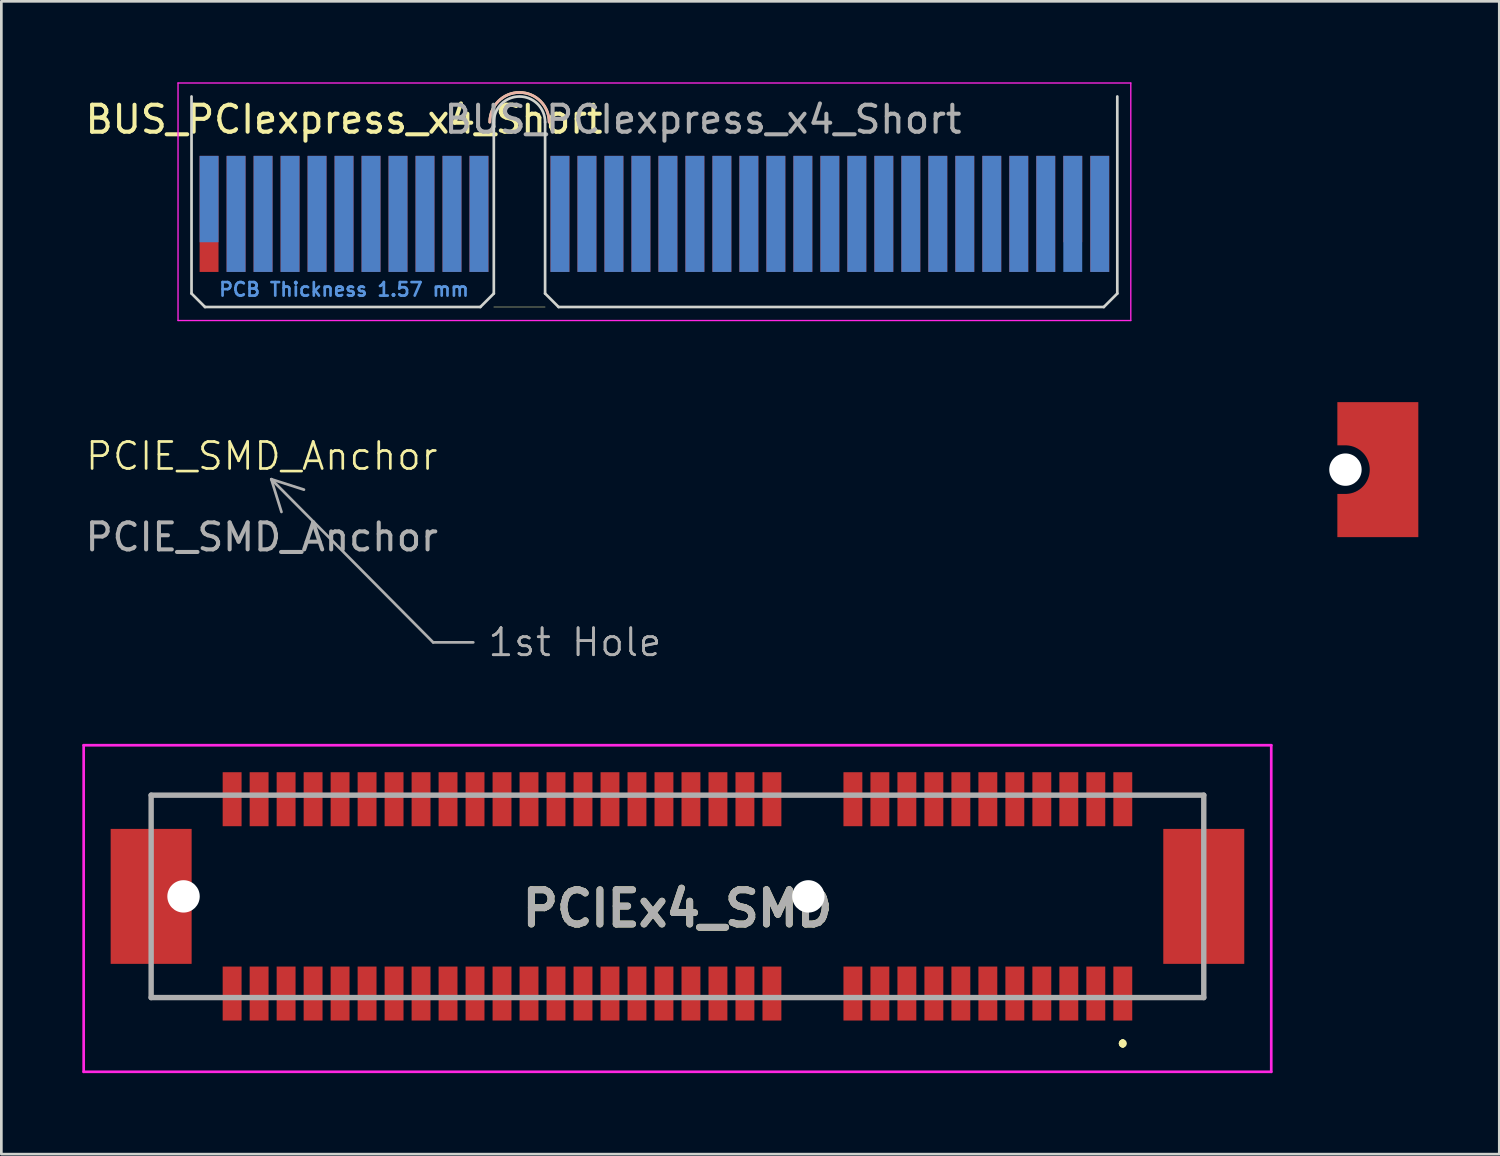
<source format=kicad_pcb>
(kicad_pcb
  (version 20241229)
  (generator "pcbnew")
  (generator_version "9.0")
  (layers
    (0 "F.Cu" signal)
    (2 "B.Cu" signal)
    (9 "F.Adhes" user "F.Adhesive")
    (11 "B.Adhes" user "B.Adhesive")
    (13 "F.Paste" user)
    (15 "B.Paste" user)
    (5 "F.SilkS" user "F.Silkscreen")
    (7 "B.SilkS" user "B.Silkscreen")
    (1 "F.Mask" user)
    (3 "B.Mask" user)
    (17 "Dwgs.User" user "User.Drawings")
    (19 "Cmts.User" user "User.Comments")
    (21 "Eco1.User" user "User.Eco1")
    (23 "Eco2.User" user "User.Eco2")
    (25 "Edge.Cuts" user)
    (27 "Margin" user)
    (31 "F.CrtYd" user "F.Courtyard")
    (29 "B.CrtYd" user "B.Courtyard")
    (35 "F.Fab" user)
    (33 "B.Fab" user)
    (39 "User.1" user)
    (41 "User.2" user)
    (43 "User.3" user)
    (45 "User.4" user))
  (footprint "PCIE_SMD_Anchor"
    (layer "F.Cu")
    (at 6.649 14.35)
    (property "Reference" "PCIE_SMD_Anchor" (at 0 -0.5 0) (unlocked yes) (layer "F.SilkS") (effects (font (size 1 1) (thickness 0.1))))
    (attr smd)
    (fp_text user "${REFERENCE}" (at 0 2.5 0) (unlocked yes) (layer "F.Fab") (effects (font (size 1 1) (thickness 0.15))))
    (dimension (type leader) (layer "F.Fab") (pts (xy 6.649 14.35) (xy 12.999 20.75)) (format (prefix "") (suffix "") (units 0) (units_format 0) (precision 4) (override_value "1st Hole")) (style (thickness 0.1) (arrow_length 1.27) (text_position_mode 0) (text_frame 0) (extension_offset 0.5)) (gr_text "1st Hole" (at 18.249 20.75 0) (layer "F.Fab") (effects (font (size 1 1) (thickness 0.1)))))
    (pad "" np_thru_hole circle (at 40.15 0) (size 1.2 1.2) (drill 1.2) (layers "*.Cu" "*.Mask"))
    (pad "MP3" smd custom (at 41.95 0 180) (size 1.8 5) (layers "F.Cu" "F.Mask" "F.Paste") (options (anchor rect)) (primitives (gr_poly (pts (arc (start 1.8 -0.9) (mid 0.9 0) (end 1.8 0.9)) (xy 0.8 0.9) (xy 0.8 -0.9)) (width 0) (fill yes)) (gr_poly (pts (xy 2.1 -2.5) (xy -0.9 -2.5) (xy -0.9 2.5) (xy 2.1 2.5) (xy 2.1 0.9) (xy 0.9 0.9) (xy 0.9 -0.9) (xy 2.1 -0.9)) (width 0) (fill yes)))))
  (footprint "PCIEx4_SMD"
    (layer "F.Cu")
    (at 22.05 30.161)
    (property "Reference" "PCIEx4_SMD" (at 0 0.45 0) (layer "F.SilkS") (effects (font (size 1.27 1.27) (thickness 0.254))))
    (attr through_hole)
    (fp_line (start -19.5 -3.75) (end -19.5 -3.75) (stroke (width 0.1) (type solid)) (layer "F.SilkS"))
    (fp_line (start -19.5 -3.75) (end -19.5 -3.75) (stroke (width 0.1) (type solid)) (layer "F.SilkS"))
    (fp_line (start -19.5 -3.75) (end -19.5 -3) (stroke (width 0.1) (type solid)) (layer "F.SilkS"))
    (fp_line (start -19.5 -3.75) (end -17.5 -3.75) (stroke (width 0.1) (type solid)) (layer "F.SilkS"))
    (fp_line (start -19.5 -3) (end -19.5 -3.75) (stroke (width 0.1) (type solid)) (layer "F.SilkS"))
    (fp_line (start -19.5 -3) (end -19.5 -3) (stroke (width 0.1) (type solid)) (layer "F.SilkS"))
    (fp_line (start -19.5 3) (end -19.5 3) (stroke (width 0.1) (type solid)) (layer "F.SilkS"))
    (fp_line (start -19.5 3) (end -19.5 3.75) (stroke (width 0.1) (type solid)) (layer "F.SilkS"))
    (fp_line (start -19.5 3.75) (end -19.5 3) (stroke (width 0.1) (type solid)) (layer "F.SilkS"))
    (fp_line (start -19.5 3.75) (end -19.5 3.75) (stroke (width 0.1) (type solid)) (layer "F.SilkS"))
    (fp_line (start -19.5 3.75) (end -19.5 3.75) (stroke (width 0.1) (type solid)) (layer "F.SilkS"))
    (fp_line (start -19.5 3.75) (end -17.5 3.75) (stroke (width 0.1) (type solid)) (layer "F.SilkS"))
    (fp_line (start -17.5 -3.75) (end -19.5 -3.75) (stroke (width 0.1) (type solid)) (layer "F.SilkS"))
    (fp_line (start -17.5 -3.75) (end -17.5 -3.75) (stroke (width 0.1) (type solid)) (layer "F.SilkS"))
    (fp_line (start -17.5 3.75) (end -19.5 3.75) (stroke (width 0.1) (type solid)) (layer "F.SilkS"))
    (fp_line (start -17.5 3.75) (end -17.5 3.75) (stroke (width 0.1) (type solid)) (layer "F.SilkS"))
    (fp_line (start 4.5 3.75) (end 4.5 3.75) (stroke (width 0.1) (type solid)) (layer "F.SilkS"))
    (fp_line (start 4.5 3.75) (end 5.5 3.75) (stroke (width 0.1) (type solid)) (layer "F.SilkS"))
    (fp_line (start 5.5 3.75) (end 4.5 3.75) (stroke (width 0.1) (type solid)) (layer "F.SilkS"))
    (fp_line (start 5.5 3.75) (end 5.5 3.75) (stroke (width 0.1) (type solid)) (layer "F.SilkS"))
    (fp_line (start 16.5 5.4) (end 16.5 5.4) (stroke (width 0.2) (type solid)) (layer "F.SilkS"))
    (fp_line (start 16.5 5.4) (end 16.5 5.4) (stroke (width 0.2) (type solid)) (layer "F.SilkS"))
    (fp_line (start 16.5 5.5) (end 16.5 5.5) (stroke (width 0.2) (type solid)) (layer "F.SilkS"))
    (fp_line (start 17.5 -3.75) (end 17.5 -3.75) (stroke (width 0.1) (type solid)) (layer "F.SilkS"))
    (fp_line (start 17.5 -3.75) (end 19.5 -3.75) (stroke (width 0.1) (type solid)) (layer "F.SilkS"))
    (fp_line (start 17.5 3.75) (end 17.5 3.75) (stroke (width 0.1) (type solid)) (layer "F.SilkS"))
    (fp_line (start 17.5 3.75) (end 19.5 3.75) (stroke (width 0.1) (type solid)) (layer "F.SilkS"))
    (fp_line (start 19.5 -3.75) (end 17.5 -3.75) (stroke (width 0.1) (type solid)) (layer "F.SilkS"))
    (fp_line (start 19.5 -3.75) (end 19.5 -3.75) (stroke (width 0.1) (type solid)) (layer "F.SilkS"))
    (fp_line (start 19.5 -3.75) (end 19.5 -3.75) (stroke (width 0.1) (type solid)) (layer "F.SilkS"))
    (fp_line (start 19.5 -3.75) (end 19.5 -3) (stroke (width 0.1) (type solid)) (layer "F.SilkS"))
    (fp_line (start 19.5 -3) (end 19.5 -3.75) (stroke (width 0.1) (type solid)) (layer "F.SilkS"))
    (fp_line (start 19.5 -3) (end 19.5 -3) (stroke (width 0.1) (type solid)) (layer "F.SilkS"))
    (fp_line (start 19.5 3) (end 19.5 3) (stroke (width 0.1) (type solid)) (layer "F.SilkS"))
    (fp_line (start 19.5 3) (end 19.5 3.75) (stroke (width 0.1) (type solid)) (layer "F.SilkS"))
    (fp_line (start 19.5 3.75) (end 17.5 3.75) (stroke (width 0.1) (type solid)) (layer "F.SilkS"))
    (fp_line (start 19.5 3.75) (end 19.5 3) (stroke (width 0.1) (type solid)) (layer "F.SilkS"))
    (fp_line (start 19.5 3.75) (end 19.5 3.75) (stroke (width 0.1) (type solid)) (layer "F.SilkS"))
    (fp_line (start 19.5 3.75) (end 19.5 3.75) (stroke (width 0.1) (type solid)) (layer "F.SilkS"))
    (fp_arc (start 16.5 5.4) (mid 16.55 5.45) (end 16.5 5.5) (stroke (width 0.2) (type solid)) (layer "F.SilkS"))
    (fp_arc (start 16.5 5.5) (mid 16.45 5.45) (end 16.5 5.4) (stroke (width 0.2) (type solid)) (layer "F.SilkS"))
    (fp_arc (start 16.5 5.5) (mid 16.45 5.45) (end 16.5 5.4) (stroke (width 0.2) (type solid)) (layer "F.SilkS"))
    (fp_line (start -22 -5.6) (end 22 -5.6) (stroke (width 0.1) (type solid)) (layer "F.CrtYd"))
    (fp_line (start -22 6.5) (end -22 -5.6) (stroke (width 0.1) (type solid)) (layer "F.CrtYd"))
    (fp_line (start 22 -5.6) (end 22 6.5) (stroke (width 0.1) (type solid)) (layer "F.CrtYd"))
    (fp_line (start 22 6.5) (end -22 6.5) (stroke (width 0.1) (type solid)) (layer "F.CrtYd"))
    (fp_line (start -19.5 -3.75) (end -19.5 3.75) (stroke (width 0.2) (type solid)) (layer "F.Fab"))
    (fp_line (start -19.5 3.75) (end 19.5 3.75) (stroke (width 0.2) (type solid)) (layer "F.Fab"))
    (fp_line (start 19.5 -3.75) (end -19.5 -3.75) (stroke (width 0.2) (type solid)) (layer "F.Fab"))
    (fp_line (start 19.5 3.75) (end 19.5 -3.75) (stroke (width 0.2) (type solid)) (layer "F.Fab"))
    (fp_text user "${REFERENCE}" (at 0 0.45 0) (layer "F.Fab") (effects (font (size 1.27 1.27) (thickness 0.254))))
    (pad "" np_thru_hole circle (at -18.3 0) (size 1.2 1.2) (drill 1.2) (layers "*.Cu" "*.Mask"))
    (pad "" np_thru_hole circle (at 4.85 0) (size 1.2 1.2) (drill 1.2) (layers "*.Cu" "*.Mask"))
    (pad "A1" smd rect (at 16.5 3.6) (size 0.7 2) (layers "F.Cu" "F.Mask" "F.Paste"))
    (pad "A2" smd rect (at 15.5 3.6) (size 0.7 2) (layers "F.Cu" "F.Mask" "F.Paste"))
    (pad "A3" smd rect (at 14.5 3.6) (size 0.7 2) (layers "F.Cu" "F.Mask" "F.Paste"))
    (pad "A4" smd rect (at 13.5 3.6) (size 0.7 2) (layers "F.Cu" "F.Mask" "F.Paste"))
    (pad "A5" smd rect (at 12.5 3.6) (size 0.7 2) (layers "F.Cu" "F.Mask" "F.Paste"))
    (pad "A6" smd rect (at 11.5 3.6) (size 0.7 2) (layers "F.Cu" "F.Mask" "F.Paste"))
    (pad "A7" smd rect (at 10.5 3.6) (size 0.7 2) (layers "F.Cu" "F.Mask" "F.Paste"))
    (pad "A8" smd rect (at 9.5 3.6) (size 0.7 2) (layers "F.Cu" "F.Mask" "F.Paste"))
    (pad "A9" smd rect (at 8.5 3.6) (size 0.7 2) (layers "F.Cu" "F.Mask" "F.Paste"))
    (pad "A10" smd rect (at 7.5 3.6) (size 0.7 2) (layers "F.Cu" "F.Mask" "F.Paste"))
    (pad "A11" smd rect (at 6.5 3.6) (size 0.7 2) (layers "F.Cu" "F.Mask" "F.Paste"))
    (pad "A12" smd rect (at 3.5 3.6) (size 0.7 2) (layers "F.Cu" "F.Mask" "F.Paste"))
    (pad "A13" smd rect (at 2.5 3.6) (size 0.7 2) (layers "F.Cu" "F.Mask" "F.Paste"))
    (pad "A14" smd rect (at 1.5 3.6) (size 0.7 2) (layers "F.Cu" "F.Mask" "F.Paste"))
    (pad "A15" smd rect (at 0.5 3.6) (size 0.7 2) (layers "F.Cu" "F.Mask" "F.Paste"))
    (pad "A16" smd rect (at -0.5 3.6) (size 0.7 2) (layers "F.Cu" "F.Mask" "F.Paste"))
    (pad "A17" smd rect (at -1.5 3.6) (size 0.7 2) (layers "F.Cu" "F.Mask" "F.Paste"))
    (pad "A18" smd rect (at -2.5 3.6) (size 0.7 2) (layers "F.Cu" "F.Mask" "F.Paste"))
    (pad "A19" smd rect (at -3.5 3.6) (size 0.7 2) (layers "F.Cu" "F.Mask" "F.Paste"))
    (pad "A20" smd rect (at -4.5 3.6) (size 0.7 2) (layers "F.Cu" "F.Mask" "F.Paste"))
    (pad "A21" smd rect (at -5.5 3.6) (size 0.7 2) (layers "F.Cu" "F.Mask" "F.Paste"))
    (pad "A22" smd rect (at -6.5 3.6) (size 0.7 2) (layers "F.Cu" "F.Mask" "F.Paste"))
    (pad "A23" smd rect (at -7.5 3.6) (size 0.7 2) (layers "F.Cu" "F.Mask" "F.Paste"))
    (pad "A24" smd rect (at -8.5 3.6) (size 0.7 2) (layers "F.Cu" "F.Mask" "F.Paste"))
    (pad "A25" smd rect (at -9.5 3.6) (size 0.7 2) (layers "F.Cu" "F.Mask" "F.Paste"))
    (pad "A26" smd rect (at -10.5 3.6) (size 0.7 2) (layers "F.Cu" "F.Mask" "F.Paste"))
    (pad "A27" smd rect (at -11.5 3.6) (size 0.7 2) (layers "F.Cu" "F.Mask" "F.Paste"))
    (pad "A28" smd rect (at -12.5 3.6) (size 0.7 2) (layers "F.Cu" "F.Mask" "F.Paste"))
    (pad "A29" smd rect (at -13.5 3.6) (size 0.7 2) (layers "F.Cu" "F.Mask" "F.Paste"))
    (pad "A30" smd rect (at -14.5 3.6) (size 0.7 2) (layers "F.Cu" "F.Mask" "F.Paste"))
    (pad "A31" smd rect (at -15.5 3.6) (size 0.7 2) (layers "F.Cu" "F.Mask" "F.Paste"))
    (pad "A32" smd rect (at -16.5 3.6) (size 0.7 2) (layers "F.Cu" "F.Mask" "F.Paste"))
    (pad "B1" smd rect (at 16.5 -3.6) (size 0.7 2) (layers "F.Cu" "F.Mask" "F.Paste"))
    (pad "B2" smd rect (at 15.5 -3.6) (size 0.7 2) (layers "F.Cu" "F.Mask" "F.Paste"))
    (pad "B3" smd rect (at 14.5 -3.6) (size 0.7 2) (layers "F.Cu" "F.Mask" "F.Paste"))
    (pad "B4" smd rect (at 13.5 -3.6) (size 0.7 2) (layers "F.Cu" "F.Mask" "F.Paste"))
    (pad "B5" smd rect (at 12.5 -3.6) (size 0.7 2) (layers "F.Cu" "F.Mask" "F.Paste"))
    (pad "B6" smd rect (at 11.5 -3.6) (size 0.7 2) (layers "F.Cu" "F.Mask" "F.Paste"))
    (pad "B7" smd rect (at 10.5 -3.6) (size 0.7 2) (layers "F.Cu" "F.Mask" "F.Paste"))
    (pad "B8" smd rect (at 9.5 -3.6) (size 0.7 2) (layers "F.Cu" "F.Mask" "F.Paste"))
    (pad "B9" smd rect (at 8.5 -3.6) (size 0.7 2) (layers "F.Cu" "F.Mask" "F.Paste"))
    (pad "B10" smd rect (at 7.5 -3.6) (size 0.7 2) (layers "F.Cu" "F.Mask" "F.Paste"))
    (pad "B11" smd rect (at 6.5 -3.6) (size 0.7 2) (layers "F.Cu" "F.Mask" "F.Paste"))
    (pad "B12" smd rect (at 3.5 -3.6) (size 0.7 2) (layers "F.Cu" "F.Mask" "F.Paste"))
    (pad "B13" smd rect (at 2.5 -3.6) (size 0.7 2) (layers "F.Cu" "F.Mask" "F.Paste"))
    (pad "B14" smd rect (at 1.5 -3.6) (size 0.7 2) (layers "F.Cu" "F.Mask" "F.Paste"))
    (pad "B15" smd rect (at 0.5 -3.6) (size 0.7 2) (layers "F.Cu" "F.Mask" "F.Paste"))
    (pad "B16" smd rect (at -0.5 -3.6) (size 0.7 2) (layers "F.Cu" "F.Mask" "F.Paste"))
    (pad "B17" smd rect (at -1.5 -3.6) (size 0.7 2) (layers "F.Cu" "F.Mask" "F.Paste"))
    (pad "B18" smd rect (at -2.5 -3.6) (size 0.7 2) (layers "F.Cu" "F.Mask" "F.Paste"))
    (pad "B19" smd rect (at -3.5 -3.6) (size 0.7 2) (layers "F.Cu" "F.Mask" "F.Paste"))
    (pad "B20" smd rect (at -4.5 -3.6) (size 0.7 2) (layers "F.Cu" "F.Mask" "F.Paste"))
    (pad "B21" smd rect (at -5.5 -3.6) (size 0.7 2) (layers "F.Cu" "F.Mask" "F.Paste"))
    (pad "B22" smd rect (at -6.5 -3.6) (size 0.7 2) (layers "F.Cu" "F.Mask" "F.Paste"))
    (pad "B23" smd rect (at -7.5 -3.6) (size 0.7 2) (layers "F.Cu" "F.Mask" "F.Paste"))
    (pad "B24" smd rect (at -8.5 -3.6) (size 0.7 2) (layers "F.Cu" "F.Mask" "F.Paste"))
    (pad "B25" smd rect (at -9.5 -3.6) (size 0.7 2) (layers "F.Cu" "F.Mask" "F.Paste"))
    (pad "B26" smd rect (at -10.5 -3.6) (size 0.7 2) (layers "F.Cu" "F.Mask" "F.Paste"))
    (pad "B27" smd rect (at -11.5 -3.6) (size 0.7 2) (layers "F.Cu" "F.Mask" "F.Paste"))
    (pad "B28" smd rect (at -12.5 -3.6) (size 0.7 2) (layers "F.Cu" "F.Mask" "F.Paste"))
    (pad "B29" smd rect (at -13.5 -3.6) (size 0.7 2) (layers "F.Cu" "F.Mask" "F.Paste"))
    (pad "B30" smd rect (at -14.5 -3.6) (size 0.7 2) (layers "F.Cu" "F.Mask" "F.Paste"))
    (pad "B31" smd rect (at -15.5 -3.6) (size 0.7 2) (layers "F.Cu" "F.Mask" "F.Paste"))
    (pad "B32" smd rect (at -16.5 -3.6) (size 0.7 2) (layers "F.Cu" "F.Mask" "F.Paste"))
    (pad "MP1" smd rect (at 19.5 0) (size 3 5) (layers "F.Cu" "F.Mask" "F.Paste"))
    (pad "MP2" smd rect (at -19.5 0) (size 3 5) (layers "F.Cu" "F.Mask" "F.Paste")))
  (footprint "BUS_PCIexpress_x4_Short"
    (layer "F.Cu")
    (at 4.696 4.875)
    (property "Reference" "BUS_PCIexpress_x4_Short" (at 5 -3.5 0) (layer "F.SilkS") (effects (font (size 1 1) (thickness 0.15))))
    (attr exclude_from_pos_files exclude_from_bom)
    (fp_line (start 10.55 3.45) (end 12.45 3.45) (stroke (width 0.02) (type default)) (layer "F.SilkS"))
    (fp_arc (start 10.4 -3.4) (mid 11.5 -4.5) (end 12.6 -3.4) (stroke (width 0.1) (type default)) (layer "F.SilkS"))
    (fp_arc (start 10.4 -3.4) (mid 11.5 -4.5) (end 12.6 -3.4) (stroke (width 0.1) (type default)) (layer "B.SilkS"))
    (fp_line (start -0.65 -4.35) (end -0.65 2.95) (stroke (width 0.1) (type solid)) (layer "Edge.Cuts"))
    (fp_line (start -0.65 2.95) (end -0.15 3.45) (stroke (width 0.1) (type solid)) (layer "Edge.Cuts"))
    (fp_line (start -0.15 3.45) (end 10.05 3.45) (stroke (width 0.1) (type solid)) (layer "Edge.Cuts"))
    (fp_line (start 10.55 -3.4) (end 10.55 2.95) (stroke (width 0.1) (type solid)) (layer "Edge.Cuts"))
    (fp_line (start 10.55 2.95) (end 10.05 3.45) (stroke (width 0.1) (type solid)) (layer "Edge.Cuts"))
    (fp_line (start 12.45 -3.4) (end 12.45 2.95) (stroke (width 0.1) (type solid)) (layer "Edge.Cuts"))
    (fp_line (start 12.45 2.95) (end 12.95 3.45) (stroke (width 0.1) (type solid)) (layer "Edge.Cuts"))
    (fp_line (start 12.95 3.45) (end 33.15 3.45) (stroke (width 0.1) (type solid)) (layer "Edge.Cuts"))
    (fp_line (start 33.65 -4.35) (end 33.65 2.95) (stroke (width 0.1) (type solid)) (layer "Edge.Cuts"))
    (fp_line (start 33.65 2.95) (end 33.15 3.45) (stroke (width 0.1) (type solid)) (layer "Edge.Cuts"))
    (fp_arc (start 10.55 -3.4) (mid 11.5 -4.35) (end 12.45 -3.4) (stroke (width 0.1) (type solid)) (layer "Edge.Cuts"))
    (fp_line (start -1.15 -4.85) (end -1.15 3.95) (stroke (width 0.05) (type solid)) (layer "F.CrtYd"))
    (fp_line (start -1.15 -4.85) (end 34.15 -4.85) (stroke (width 0.05) (type solid)) (layer "F.CrtYd"))
    (fp_line (start 34.15 3.95) (end -1.15 3.95) (stroke (width 0.05) (type solid)) (layer "F.CrtYd"))
    (fp_line (start 34.15 3.95) (end 34.15 -4.85) (stroke (width 0.05) (type solid)) (layer "F.CrtYd"))
    (fp_text user "PCB Thickness 1.57 mm" (at 5 2.8 180) (layer "Cmts.User") (effects (font (size 0.5 0.5) (thickness 0.1))))
    (fp_text user "${REFERENCE}" (at 18.3 -3.5 0) (layer "F.Fab") (effects (font (size 1 1) (thickness 0.15))))
    (pad "A1" connect rect (at 0 -0.55) (size 0.7 3.2) (layers "B.Cu" "B.Mask"))
    (pad "A2" connect rect (at 1 0) (size 0.7 4.3) (layers "B.Cu" "B.Mask"))
    (pad "A3" connect rect (at 2 0) (size 0.7 4.3) (layers "B.Cu" "B.Mask"))
    (pad "A4" connect rect (at 3 0) (size 0.7 4.3) (layers "B.Cu" "B.Mask"))
    (pad "A5" connect rect (at 4 0) (size 0.7 4.3) (layers "B.Cu" "B.Mask"))
    (pad "A6" connect rect (at 5 0) (size 0.7 4.3) (layers "B.Cu" "B.Mask"))
    (pad "A7" connect rect (at 6 0) (size 0.7 4.3) (layers "B.Cu" "B.Mask"))
    (pad "A8" connect rect (at 7 0) (size 0.7 4.3) (layers "B.Cu" "B.Mask"))
    (pad "A9" connect rect (at 8 0) (size 0.7 4.3) (layers "B.Cu" "B.Mask"))
    (pad "A10" connect rect (at 9 0) (size 0.7 4.3) (layers "B.Cu" "B.Mask"))
    (pad "A11" connect rect (at 10 0) (size 0.7 4.3) (layers "B.Cu" "B.Mask"))
    (pad "A12" connect rect (at 13 0) (size 0.7 4.3) (layers "B.Cu" "B.Mask"))
    (pad "A13" connect rect (at 14 0) (size 0.7 4.3) (layers "B.Cu" "B.Mask"))
    (pad "A14" connect rect (at 15 0) (size 0.7 4.3) (layers "B.Cu" "B.Mask"))
    (pad "A15" connect rect (at 16 0) (size 0.7 4.3) (layers "B.Cu" "B.Mask"))
    (pad "A16" connect rect (at 17 0) (size 0.7 4.3) (layers "B.Cu" "B.Mask"))
    (pad "A17" connect rect (at 18 0) (size 0.7 4.3) (layers "B.Cu" "B.Mask"))
    (pad "A18" connect rect (at 19 0) (size 0.7 4.3) (layers "B.Cu" "B.Mask"))
    (pad "A19" connect rect (at 20 0) (size 0.7 4.3) (layers "B.Cu" "B.Mask"))
    (pad "A20" connect rect (at 21 0) (size 0.7 4.3) (layers "B.Cu" "B.Mask"))
    (pad "A21" connect rect (at 22 0) (size 0.7 4.3) (layers "B.Cu" "B.Mask"))
    (pad "A22" connect rect (at 23 0) (size 0.7 4.3) (layers "B.Cu" "B.Mask"))
    (pad "A23" connect rect (at 24 0) (size 0.7 4.3) (layers "B.Cu" "B.Mask"))
    (pad "A24" connect rect (at 25 0) (size 0.7 4.3) (layers "B.Cu" "B.Mask"))
    (pad "A25" connect rect (at 26 0) (size 0.7 4.3) (layers "B.Cu" "B.Mask"))
    (pad "A26" connect rect (at 27 0) (size 0.7 4.3) (layers "B.Cu" "B.Mask"))
    (pad "A27" connect rect (at 28 0) (size 0.7 4.3) (layers "B.Cu" "B.Mask"))
    (pad "A28" connect rect (at 29 0) (size 0.7 4.3) (layers "B.Cu" "B.Mask"))
    (pad "A29" connect rect (at 30 0) (size 0.7 4.3) (layers "B.Cu" "B.Mask"))
    (pad "A30" connect rect (at 31 0) (size 0.7 4.3) (layers "B.Cu" "B.Mask"))
    (pad "A31" connect rect (at 32 0) (size 0.7 4.3) (layers "B.Cu" "B.Mask"))
    (pad "A32" connect rect (at 33 0) (size 0.7 4.3) (layers "B.Cu" "B.Mask"))
    (pad "B1" connect rect (at 0 0) (size 0.7 4.3) (layers "F.Cu" "F.Mask"))
    (pad "B2" connect rect (at 1 0) (size 0.7 4.3) (layers "F.Cu" "F.Mask"))
    (pad "B3" connect rect (at 2 0) (size 0.7 4.3) (layers "F.Cu" "F.Mask"))
    (pad "B4" connect rect (at 3 0) (size 0.7 4.3) (layers "F.Cu" "F.Mask"))
    (pad "B5" connect rect (at 4 0) (size 0.7 4.3) (layers "F.Cu" "F.Mask"))
    (pad "B6" connect rect (at 5 0) (size 0.7 4.3) (layers "F.Cu" "F.Mask"))
    (pad "B7" connect rect (at 6 0) (size 0.7 4.3) (layers "F.Cu" "F.Mask"))
    (pad "B8" connect rect (at 7 0) (size 0.7 4.3) (layers "F.Cu" "F.Mask"))
    (pad "B9" connect rect (at 8 0) (size 0.7 4.3) (layers "F.Cu" "F.Mask"))
    (pad "B10" connect rect (at 9 0) (size 0.7 4.3) (layers "F.Cu" "F.Mask"))
    (pad "B11" connect rect (at 10 0) (size 0.7 4.3) (layers "F.Cu" "F.Mask"))
    (pad "B12" connect rect (at 13 0) (size 0.7 4.3) (layers "F.Cu" "F.Mask"))
    (pad "B13" connect rect (at 14 0) (size 0.7 4.3) (layers "F.Cu" "F.Mask"))
    (pad "B14" connect rect (at 15 0) (size 0.7 4.3) (layers "F.Cu" "F.Mask"))
    (pad "B15" connect rect (at 16 0) (size 0.7 4.3) (layers "F.Cu" "F.Mask"))
    (pad "B16" connect rect (at 17 0) (size 0.7 4.3) (layers "F.Cu" "F.Mask"))
    (pad "B17" connect rect (at 18 0) (size 0.7 4.3) (layers "F.Cu" "F.Mask"))
    (pad "B18" connect rect (at 19 0) (size 0.7 4.3) (layers "F.Cu" "F.Mask"))
    (pad "B19" connect rect (at 20 0) (size 0.7 4.3) (layers "F.Cu" "F.Mask"))
    (pad "B20" connect rect (at 21 0) (size 0.7 4.3) (layers "F.Cu" "F.Mask"))
    (pad "B21" connect rect (at 22 0) (size 0.7 4.3) (layers "F.Cu" "F.Mask"))
    (pad "B22" connect rect (at 23 0) (size 0.7 4.3) (layers "F.Cu" "F.Mask"))
    (pad "B23" connect rect (at 24 0) (size 0.7 4.3) (layers "F.Cu" "F.Mask"))
    (pad "B24" connect rect (at 25 0) (size 0.7 4.3) (layers "F.Cu" "F.Mask"))
    (pad "B25" connect rect (at 26 0) (size 0.7 4.3) (layers "F.Cu" "F.Mask"))
    (pad "B26" connect rect (at 27 0) (size 0.7 4.3) (layers "F.Cu" "F.Mask"))
    (pad "B27" connect rect (at 28 0) (size 0.7 4.3) (layers "F.Cu" "F.Mask"))
    (pad "B28" connect rect (at 29 0) (size 0.7 4.3) (layers "F.Cu" "F.Mask"))
    (pad "B29" connect rect (at 30 0) (size 0.7 4.3) (layers "F.Cu" "F.Mask"))
    (pad "B30" connect rect (at 31 0) (size 0.7 4.3) (layers "F.Cu" "F.Mask"))
    (pad "B31" connect rect (at 32 -0.55) (size 0.7 3.2) (layers "F.Cu" "F.Mask"))
    (pad "B32" connect rect (at 33 0) (size 0.7 4.3) (layers "F.Cu" "F.Mask")))
  (gr_rect
    (start -3 -3)
    (end 52.499 39.711)
    (stroke (width 0.1) (type default))
    (fill no)
    (layer "Edge.Cuts")))
</source>
